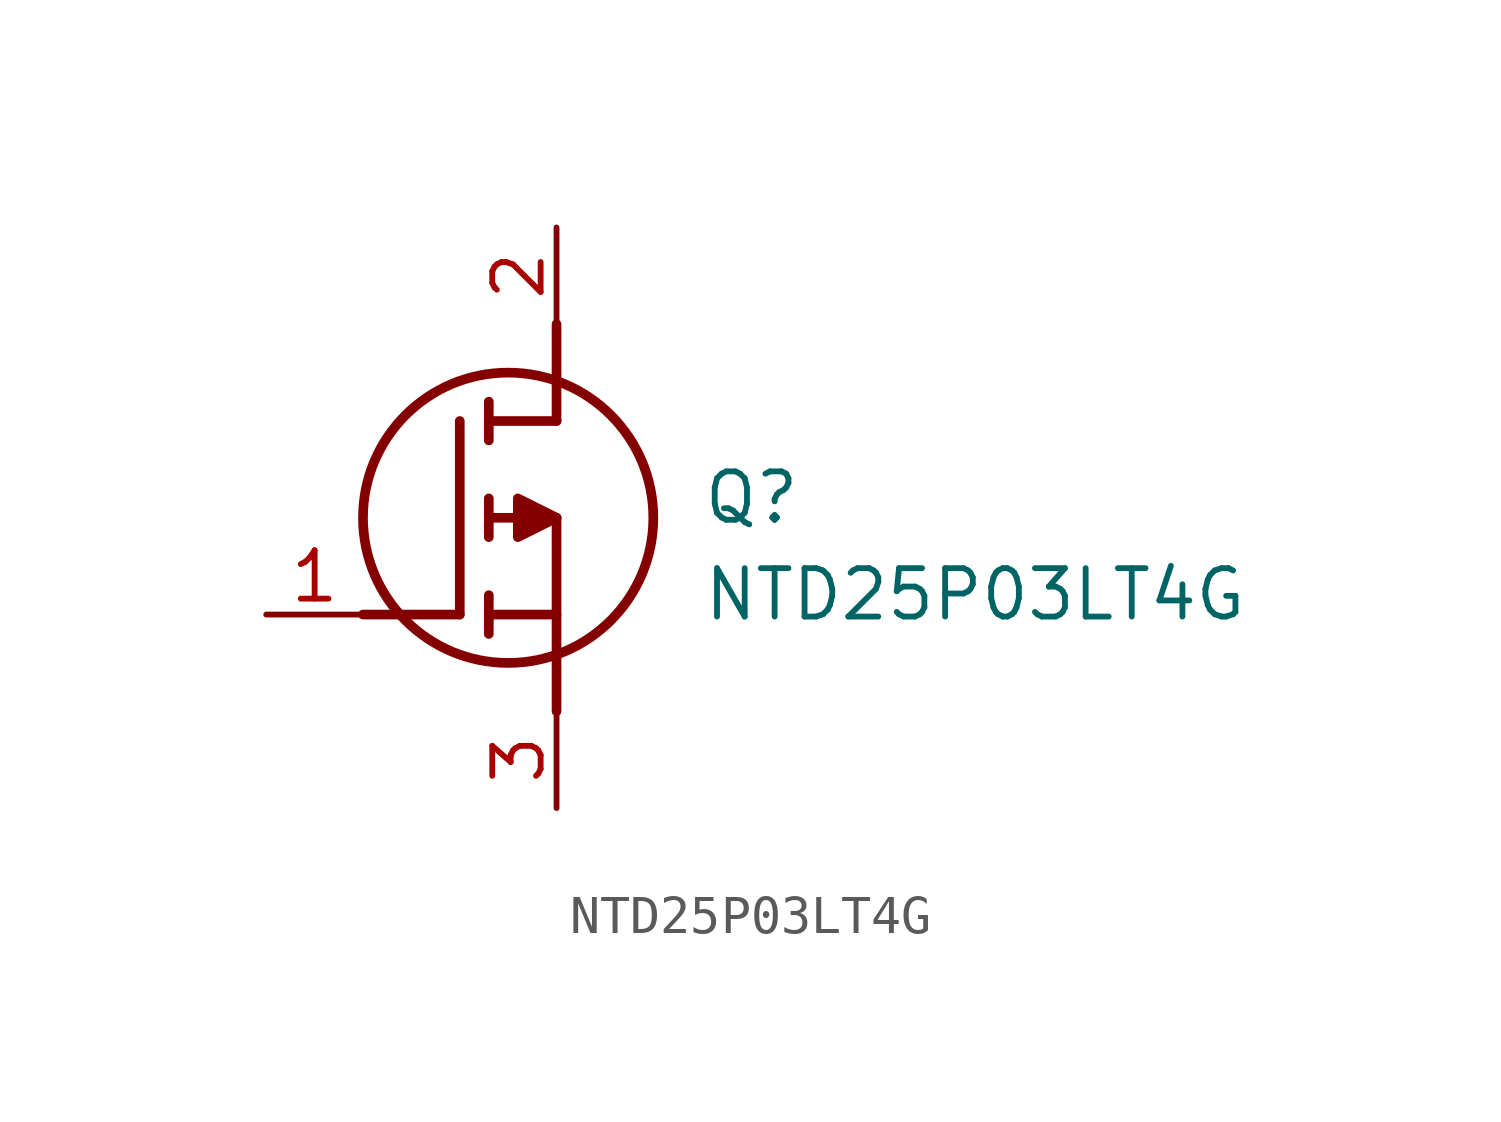
<source format=kicad_sym>
(kicad_symbol_lib
  (version 20211014)
  (generator SamacSys_ECAD_Model)
  (symbol "NTD25P03LT4G"
    (pin_names hide)
    (property "Reference" "Q"
      (at 11.43 3.81 0)
      (effects (font (size 1.27 1.27)) (justify left top)))
    (property "Value" "NTD25P03LT4G"
      (at 11.43 1.27 0)
      (effects (font (size 1.27 1.27)) (justify left top)))
    (polyline
      (pts (xy 7.62 2.54) (xy 7.62 -2.54))
      (stroke (width 0.254) (type default))
      (fill (type none)))
    (polyline
      (pts (xy 7.62 5.08) (xy 7.62 7.62))
      (stroke (width 0.254) (type default))
      (fill (type none)))
    (polyline
      (pts (xy 2.54 0) (xy 5.08 0))
      (stroke (width 0.254) (type default))
      (fill (type none)))
    (polyline
      (pts (xy 5.08 5.08) (xy 5.08 0))
      (stroke (width 0.254) (type default))
      (fill (type none)))
    (polyline
      (pts (xy 7.62 2.54) (xy 5.842 2.54))
      (stroke (width 0.254) (type default))
      (fill (type none)))
    (polyline
      (pts (xy 7.62 5.08) (xy 5.842 5.08))
      (stroke (width 0.254) (type default))
      (fill (type none)))
    (polyline
      (pts (xy 5.842 0) (xy 7.62 0))
      (stroke (width 0.254) (type default))
      (fill (type none)))
    (polyline
      (pts (xy 5.842 5.588) (xy 5.842 4.572))
      (stroke (width 0.254) (type default))
      (fill (type none)))
    (polyline
      (pts (xy 5.842 -0.508) (xy 5.842 0.508))
      (stroke (width 0.254) (type default))
      (fill (type none)))
    (polyline
      (pts (xy 5.842 2.032) (xy 5.842 3.048))
      (stroke (width 0.254) (type default))
      (fill (type none)))
    (circle
      (center 6.35 2.54)
      (radius 3.81)
      (stroke (width 0.254) (type default))
      (fill (type none)))
    (polyline
      (pts (xy 7.62 2.54) (xy 6.604 3.048) (xy 6.604 2.032) (xy 7.62 2.54))
      (stroke (width 0.254) (type default))
      (fill (type outline)))
    (pin passive line
      (at 0 0 0)
      (length 2.54)
      (name "G" (effects (font (size 1.27 1.27))))
      (number "1" (effects (font (size 1.27 1.27)))))
    (pin passive line
      (at 7.62 10.16 270)
      (length 2.54)
      (name "D" (effects (font (size 1.27 1.27))))
      (number "2" (effects (font (size 1.27 1.27)))))
    (pin passive line
      (at 7.62 -5.08 90)
      (length 2.54)
      (name "S" (effects (font (size 1.27 1.27))))
      (number "3" (effects (font (size 1.27 1.27)))))))
</source>
